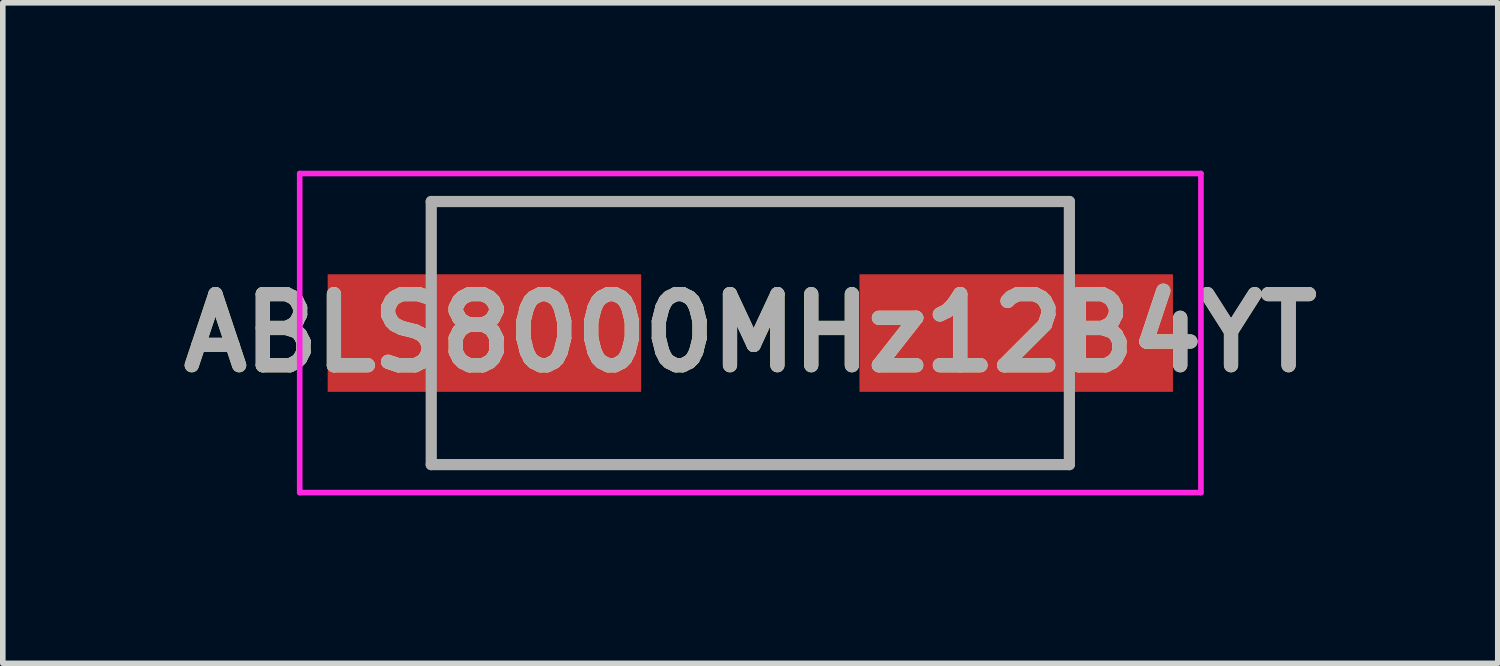
<source format=kicad_pcb>
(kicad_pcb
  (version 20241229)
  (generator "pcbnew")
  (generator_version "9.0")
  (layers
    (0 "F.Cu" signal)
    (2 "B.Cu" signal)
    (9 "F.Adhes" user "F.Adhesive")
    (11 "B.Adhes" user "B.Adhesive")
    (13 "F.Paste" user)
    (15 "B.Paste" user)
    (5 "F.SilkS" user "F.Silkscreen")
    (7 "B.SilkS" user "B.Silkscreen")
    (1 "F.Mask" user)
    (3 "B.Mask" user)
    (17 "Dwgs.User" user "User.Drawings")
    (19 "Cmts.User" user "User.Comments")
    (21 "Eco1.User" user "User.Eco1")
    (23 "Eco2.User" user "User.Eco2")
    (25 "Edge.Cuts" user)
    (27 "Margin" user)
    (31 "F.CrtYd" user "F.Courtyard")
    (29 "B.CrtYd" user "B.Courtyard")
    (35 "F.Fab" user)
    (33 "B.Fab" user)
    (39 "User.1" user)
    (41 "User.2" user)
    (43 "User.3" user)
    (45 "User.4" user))
  (footprint "ABLS8000MHz12B4YT"
    (layer "F.Cu")
    (at 10.354 2.9)
    (property "Reference" "ABLS8000MHz12B4YT" (at 0 0 0) (layer "F.SilkS") (effects (font (size 1.27 1.27) (thickness 0.254))))
    (attr smd)
    (fp_line (start -5.7 -2.35) (end 5.7 -2.35) (stroke (width 0.1) (type solid)) (layer "F.SilkS"))
    (fp_line (start -5.7 -1.5) (end -5.7 -2.35) (stroke (width 0.1) (type solid)) (layer "F.SilkS"))
    (fp_line (start -5.7 2.35) (end -5.7 1.5) (stroke (width 0.1) (type solid)) (layer "F.SilkS"))
    (fp_line (start 5.7 -2.35) (end 5.7 -1.5) (stroke (width 0.1) (type solid)) (layer "F.SilkS"))
    (fp_line (start 5.7 1.5) (end 5.7 2.35) (stroke (width 0.1) (type solid)) (layer "F.SilkS"))
    (fp_line (start 5.7 2.35) (end -5.7 2.35) (stroke (width 0.1) (type solid)) (layer "F.SilkS"))
    (fp_line (start -8.05 -2.85) (end 8.05 -2.85) (stroke (width 0.1) (type solid)) (layer "F.CrtYd"))
    (fp_line (start -8.05 2.85) (end -8.05 -2.85) (stroke (width 0.1) (type solid)) (layer "F.CrtYd"))
    (fp_line (start 8.05 -2.85) (end 8.05 2.85) (stroke (width 0.1) (type solid)) (layer "F.CrtYd"))
    (fp_line (start 8.05 2.85) (end -8.05 2.85) (stroke (width 0.1) (type solid)) (layer "F.CrtYd"))
    (fp_line (start -5.7 -2.35) (end 5.7 -2.35) (stroke (width 0.2) (type solid)) (layer "F.Fab"))
    (fp_line (start -5.7 2.35) (end -5.7 -2.35) (stroke (width 0.2) (type solid)) (layer "F.Fab"))
    (fp_line (start 5.7 -2.35) (end 5.7 2.35) (stroke (width 0.2) (type solid)) (layer "F.Fab"))
    (fp_line (start 5.7 2.35) (end -5.7 2.35) (stroke (width 0.2) (type solid)) (layer "F.Fab"))
    (fp_text user "${REFERENCE}" (at 0 0 0) (layer "F.Fab") (effects (font (size 1.27 1.27) (thickness 0.254))))
    (pad "1" smd rect (at -4.75 0 90) (size 2.1 5.6) (layers "F.Cu" "F.Mask" "F.Paste"))
    (pad "2" smd rect (at 4.75 0 90) (size 2.1 5.6) (layers "F.Cu" "F.Mask" "F.Paste")))
  (gr_rect
    (start -3 -3)
    (end 23.707 8.8)
    (stroke (width 0.1) (type default))
    (fill no)
    (layer "Edge.Cuts")))
</source>
